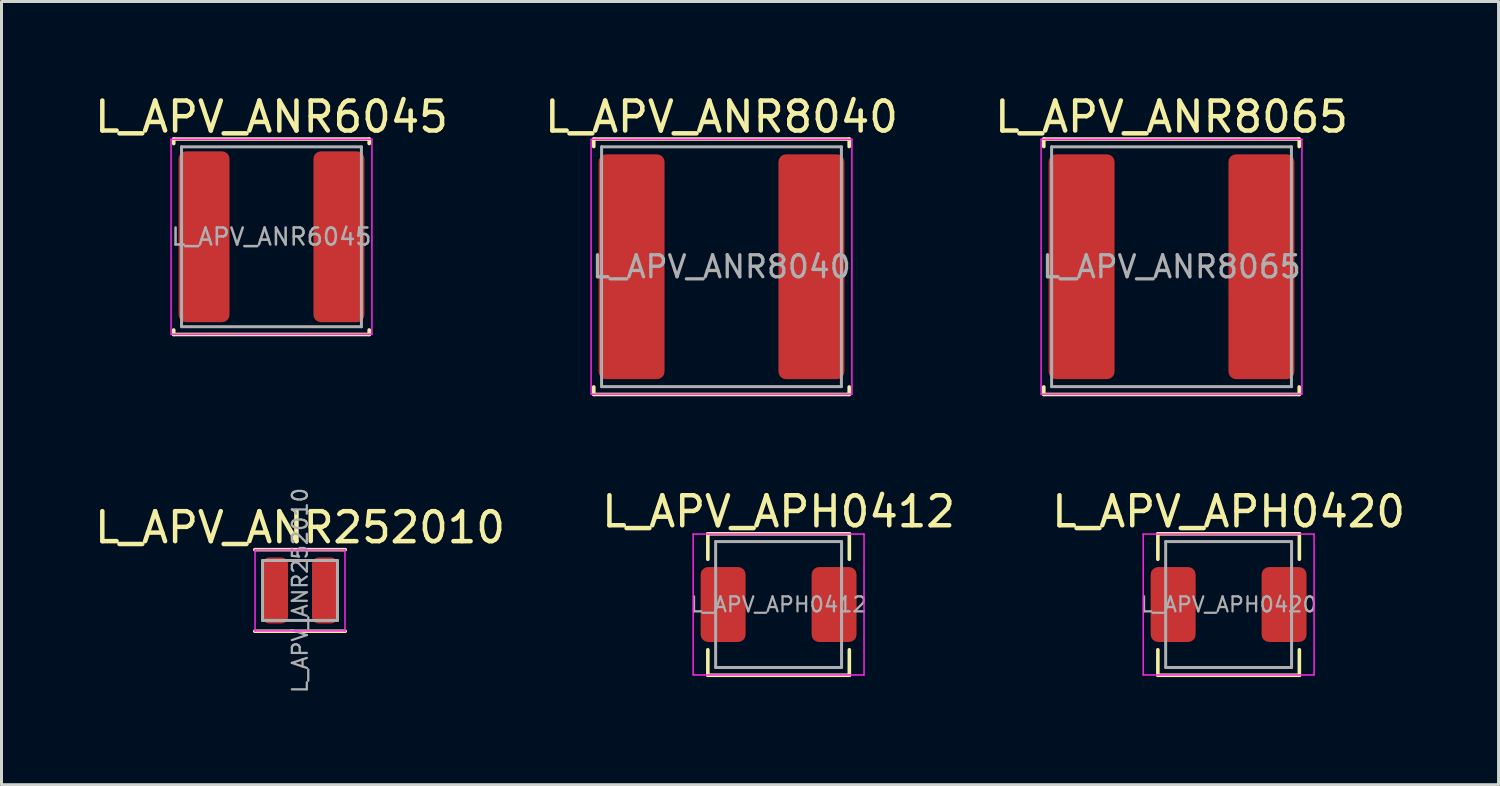
<source format=kicad_pcb>
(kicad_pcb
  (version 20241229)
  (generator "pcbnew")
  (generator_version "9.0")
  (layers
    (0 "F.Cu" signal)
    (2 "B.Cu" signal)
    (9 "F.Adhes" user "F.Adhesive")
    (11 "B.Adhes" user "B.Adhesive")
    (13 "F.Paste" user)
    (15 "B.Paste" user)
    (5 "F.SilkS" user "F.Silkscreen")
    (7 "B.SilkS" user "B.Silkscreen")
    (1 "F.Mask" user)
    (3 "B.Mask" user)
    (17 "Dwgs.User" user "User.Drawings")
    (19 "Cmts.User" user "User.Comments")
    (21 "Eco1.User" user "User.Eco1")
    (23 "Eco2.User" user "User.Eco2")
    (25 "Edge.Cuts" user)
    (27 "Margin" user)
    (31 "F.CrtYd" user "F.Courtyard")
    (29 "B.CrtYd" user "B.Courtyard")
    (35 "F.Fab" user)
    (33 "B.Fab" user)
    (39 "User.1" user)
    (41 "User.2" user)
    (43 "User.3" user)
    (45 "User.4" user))
  (footprint "L_APV_APH0420"
    (layer "F.Cu")
    (at 37.935 17.116)
    (property "Reference" "L_APV_APH0420" (at 0 -3.1 0) (layer "F.SilkS") (effects (font (size 1 1) (thickness 0.15))))
    (attr smd)
    (fp_line (start -2.36 -2.36) (end -2.36 -1.51) (stroke (width 0.12) (type solid)) (layer "F.SilkS"))
    (fp_line (start -2.36 -2.36) (end 2.36 -2.36) (stroke (width 0.12) (type solid)) (layer "F.SilkS"))
    (fp_line (start -2.36 2.36) (end -2.36 1.51) (stroke (width 0.12) (type solid)) (layer "F.SilkS"))
    (fp_line (start -2.36 2.36) (end 2.36 2.36) (stroke (width 0.12) (type solid)) (layer "F.SilkS"))
    (fp_line (start 2.36 -2.36) (end 2.36 -1.51) (stroke (width 0.12) (type solid)) (layer "F.SilkS"))
    (fp_line (start 2.36 2.36) (end 2.36 1.51) (stroke (width 0.12) (type solid)) (layer "F.SilkS"))
    (fp_line (start -2.85 -2.35) (end -2.85 2.35) (stroke (width 0.05) (type solid)) (layer "F.CrtYd"))
    (fp_line (start -2.85 2.35) (end 2.85 2.35) (stroke (width 0.05) (type solid)) (layer "F.CrtYd"))
    (fp_line (start 2.85 -2.35) (end -2.85 -2.35) (stroke (width 0.05) (type solid)) (layer "F.CrtYd"))
    (fp_line (start 2.85 2.35) (end 2.85 -2.35) (stroke (width 0.05) (type solid)) (layer "F.CrtYd"))
    (fp_line (start -2.1 -2.1) (end -2.1 2.1) (stroke (width 0.1) (type solid)) (layer "F.Fab"))
    (fp_line (start -2.1 2.1) (end 2.1 2.1) (stroke (width 0.1) (type solid)) (layer "F.Fab"))
    (fp_line (start 2.1 -2.1) (end -2.1 -2.1) (stroke (width 0.1) (type solid)) (layer "F.Fab"))
    (fp_line (start 2.1 2.1) (end 2.1 -2.1) (stroke (width 0.1) (type solid)) (layer "F.Fab"))
    (fp_text user "${REFERENCE}" (at 0 0 0) (layer "F.Fab") (effects (font (size 0.5 0.5) (thickness 0.075))))
    (pad "1" smd roundrect (at -1.85 0) (size 1.5 2.5) (layers "F.Cu" "F.Mask" "F.Paste") (roundrect_rratio 0.167))
    (pad "2" smd roundrect (at 1.85 0) (size 1.5 2.5) (layers "F.Cu" "F.Mask" "F.Paste") (roundrect_rratio 0.167)))
  (footprint "L_APV_ANR6045"
    (layer "F.Cu")
    (at 6.006 4.848)
    (property "Reference" "L_APV_ANR6045" (at 0 -4 0) (layer "F.SilkS") (effects (font (size 1 1) (thickness 0.15))))
    (attr smd)
    (fp_line (start -3.26 -3.26) (end -3.26 -3.11) (stroke (width 0.12) (type solid)) (layer "F.SilkS"))
    (fp_line (start -3.26 -3.26) (end 3.26 -3.26) (stroke (width 0.12) (type solid)) (layer "F.SilkS"))
    (fp_line (start -3.26 3.26) (end -3.26 3.11) (stroke (width 0.12) (type solid)) (layer "F.SilkS"))
    (fp_line (start -3.26 3.26) (end 3.26 3.26) (stroke (width 0.12) (type solid)) (layer "F.SilkS"))
    (fp_line (start 3.26 -3.26) (end 3.26 -3.11) (stroke (width 0.12) (type solid)) (layer "F.SilkS"))
    (fp_line (start 3.26 3.26) (end 3.26 3.11) (stroke (width 0.12) (type solid)) (layer "F.SilkS"))
    (fp_line (start -3.35 -3.25) (end -3.35 3.25) (stroke (width 0.05) (type solid)) (layer "F.CrtYd"))
    (fp_line (start -3.35 3.25) (end 3.35 3.25) (stroke (width 0.05) (type solid)) (layer "F.CrtYd"))
    (fp_line (start 3.35 -3.25) (end -3.35 -3.25) (stroke (width 0.05) (type solid)) (layer "F.CrtYd"))
    (fp_line (start 3.35 3.25) (end 3.35 -3.25) (stroke (width 0.05) (type solid)) (layer "F.CrtYd"))
    (fp_line (start -3 -3) (end -3 3) (stroke (width 0.1) (type solid)) (layer "F.Fab"))
    (fp_line (start -3 3) (end 3 3) (stroke (width 0.1) (type solid)) (layer "F.Fab"))
    (fp_line (start 3 -3) (end -3 -3) (stroke (width 0.1) (type solid)) (layer "F.Fab"))
    (fp_line (start 3 3) (end 3 -3) (stroke (width 0.1) (type solid)) (layer "F.Fab"))
    (fp_text user "${REFERENCE}" (at 0 0 0) (layer "F.Fab") (effects (font (size 0.567 0.567) (thickness 0.085))))
    (pad "1" smd roundrect (at -2.25 0) (size 1.7 5.7) (layers "F.Cu" "F.Mask" "F.Paste") (roundrect_rratio 0.147))
    (pad "2" smd roundrect (at 2.25 0) (size 1.7 5.7) (layers "F.Cu" "F.Mask" "F.Paste") (roundrect_rratio 0.147)))
  (footprint "L_APV_APH0412"
    (layer "F.Cu")
    (at 22.923 17.116)
    (property "Reference" "L_APV_APH0412" (at 0 -3.1 0) (layer "F.SilkS") (effects (font (size 1 1) (thickness 0.15))))
    (attr smd)
    (fp_line (start -2.36 -2.36) (end -2.36 -1.51) (stroke (width 0.12) (type solid)) (layer "F.SilkS"))
    (fp_line (start -2.36 -2.36) (end 2.36 -2.36) (stroke (width 0.12) (type solid)) (layer "F.SilkS"))
    (fp_line (start -2.36 2.36) (end -2.36 1.51) (stroke (width 0.12) (type solid)) (layer "F.SilkS"))
    (fp_line (start -2.36 2.36) (end 2.36 2.36) (stroke (width 0.12) (type solid)) (layer "F.SilkS"))
    (fp_line (start 2.36 -2.36) (end 2.36 -1.51) (stroke (width 0.12) (type solid)) (layer "F.SilkS"))
    (fp_line (start 2.36 2.36) (end 2.36 1.51) (stroke (width 0.12) (type solid)) (layer "F.SilkS"))
    (fp_line (start -2.85 -2.35) (end -2.85 2.35) (stroke (width 0.05) (type solid)) (layer "F.CrtYd"))
    (fp_line (start -2.85 2.35) (end 2.85 2.35) (stroke (width 0.05) (type solid)) (layer "F.CrtYd"))
    (fp_line (start 2.85 -2.35) (end -2.85 -2.35) (stroke (width 0.05) (type solid)) (layer "F.CrtYd"))
    (fp_line (start 2.85 2.35) (end 2.85 -2.35) (stroke (width 0.05) (type solid)) (layer "F.CrtYd"))
    (fp_line (start -2.1 -2.1) (end -2.1 2.1) (stroke (width 0.1) (type solid)) (layer "F.Fab"))
    (fp_line (start -2.1 2.1) (end 2.1 2.1) (stroke (width 0.1) (type solid)) (layer "F.Fab"))
    (fp_line (start 2.1 -2.1) (end -2.1 -2.1) (stroke (width 0.1) (type solid)) (layer "F.Fab"))
    (fp_line (start 2.1 2.1) (end 2.1 -2.1) (stroke (width 0.1) (type solid)) (layer "F.Fab"))
    (fp_text user "${REFERENCE}" (at 0 0 0) (layer "F.Fab") (effects (font (size 0.5 0.5) (thickness 0.075))))
    (pad "1" smd roundrect (at -1.85 0) (size 1.5 2.5) (layers "F.Cu" "F.Mask" "F.Paste") (roundrect_rratio 0.167))
    (pad "2" smd roundrect (at 1.85 0) (size 1.5 2.5) (layers "F.Cu" "F.Mask" "F.Paste") (roundrect_rratio 0.167)))
  (footprint "L_APV_ANR8065"
    (layer "F.Cu")
    (at 36.03 5.848)
    (property "Reference" "L_APV_ANR8065" (at 0 -5 0) (layer "F.SilkS") (effects (font (size 1 1) (thickness 0.15))))
    (attr smd)
    (fp_line (start -4.26 -4.26) (end -4.26 -4.01) (stroke (width 0.12) (type solid)) (layer "F.SilkS"))
    (fp_line (start -4.26 -4.26) (end 4.26 -4.26) (stroke (width 0.12) (type solid)) (layer "F.SilkS"))
    (fp_line (start -4.26 4.26) (end -4.26 4.01) (stroke (width 0.12) (type solid)) (layer "F.SilkS"))
    (fp_line (start -4.26 4.26) (end 4.26 4.26) (stroke (width 0.12) (type solid)) (layer "F.SilkS"))
    (fp_line (start 4.26 -4.26) (end 4.26 -4.01) (stroke (width 0.12) (type solid)) (layer "F.SilkS"))
    (fp_line (start 4.26 4.26) (end 4.26 4.01) (stroke (width 0.12) (type solid)) (layer "F.SilkS"))
    (fp_line (start -4.35 -4.25) (end -4.35 4.25) (stroke (width 0.05) (type solid)) (layer "F.CrtYd"))
    (fp_line (start -4.35 4.25) (end 4.35 4.25) (stroke (width 0.05) (type solid)) (layer "F.CrtYd"))
    (fp_line (start 4.35 -4.25) (end -4.35 -4.25) (stroke (width 0.05) (type solid)) (layer "F.CrtYd"))
    (fp_line (start 4.35 4.25) (end 4.35 -4.25) (stroke (width 0.05) (type solid)) (layer "F.CrtYd"))
    (fp_line (start -4 -4) (end -4 4) (stroke (width 0.1) (type solid)) (layer "F.Fab"))
    (fp_line (start -4 4) (end 4 4) (stroke (width 0.1) (type solid)) (layer "F.Fab"))
    (fp_line (start 4 -4) (end -4 -4) (stroke (width 0.1) (type solid)) (layer "F.Fab"))
    (fp_line (start 4 4) (end 4 -4) (stroke (width 0.1) (type solid)) (layer "F.Fab"))
    (fp_text user "${REFERENCE}" (at 0 0 0) (layer "F.Fab") (effects (font (size 0.733 0.733) (thickness 0.11))))
    (pad "1" smd roundrect (at -3 0) (size 2.2 7.5) (layers "F.Cu" "F.Mask" "F.Paste") (roundrect_rratio 0.114))
    (pad "2" smd roundrect (at 3 0) (size 2.2 7.5) (layers "F.Cu" "F.Mask" "F.Paste") (roundrect_rratio 0.114)))
  (footprint "L_APV_ANR8040"
    (layer "F.Cu")
    (at 21.018 5.848)
    (property "Reference" "L_APV_ANR8040" (at 0 -5 0) (layer "F.SilkS") (effects (font (size 1 1) (thickness 0.15))))
    (attr smd)
    (fp_line (start -4.26 -4.26) (end -4.26 -4.01) (stroke (width 0.12) (type solid)) (layer "F.SilkS"))
    (fp_line (start -4.26 -4.26) (end 4.26 -4.26) (stroke (width 0.12) (type solid)) (layer "F.SilkS"))
    (fp_line (start -4.26 4.26) (end -4.26 4.01) (stroke (width 0.12) (type solid)) (layer "F.SilkS"))
    (fp_line (start -4.26 4.26) (end 4.26 4.26) (stroke (width 0.12) (type solid)) (layer "F.SilkS"))
    (fp_line (start 4.26 -4.26) (end 4.26 -4.01) (stroke (width 0.12) (type solid)) (layer "F.SilkS"))
    (fp_line (start 4.26 4.26) (end 4.26 4.01) (stroke (width 0.12) (type solid)) (layer "F.SilkS"))
    (fp_line (start -4.35 -4.25) (end -4.35 4.25) (stroke (width 0.05) (type solid)) (layer "F.CrtYd"))
    (fp_line (start -4.35 4.25) (end 4.35 4.25) (stroke (width 0.05) (type solid)) (layer "F.CrtYd"))
    (fp_line (start 4.35 -4.25) (end -4.35 -4.25) (stroke (width 0.05) (type solid)) (layer "F.CrtYd"))
    (fp_line (start 4.35 4.25) (end 4.35 -4.25) (stroke (width 0.05) (type solid)) (layer "F.CrtYd"))
    (fp_line (start -4 -4) (end -4 4) (stroke (width 0.1) (type solid)) (layer "F.Fab"))
    (fp_line (start -4 4) (end 4 4) (stroke (width 0.1) (type solid)) (layer "F.Fab"))
    (fp_line (start 4 -4) (end -4 -4) (stroke (width 0.1) (type solid)) (layer "F.Fab"))
    (fp_line (start 4 4) (end 4 -4) (stroke (width 0.1) (type solid)) (layer "F.Fab"))
    (fp_text user "${REFERENCE}" (at 0 0 0) (layer "F.Fab") (effects (font (size 0.733 0.733) (thickness 0.11))))
    (pad "1" smd roundrect (at -3 0) (size 2.2 7.5) (layers "F.Cu" "F.Mask" "F.Paste") (roundrect_rratio 0.114))
    (pad "2" smd roundrect (at 3 0) (size 2.2 7.5) (layers "F.Cu" "F.Mask" "F.Paste") (roundrect_rratio 0.114)))
  (footprint "L_APV_ANR252010"
    (layer "F.Cu")
    (at 6.958 16.647)
    (property "Reference" "L_APV_ANR252010" (at 0 -2.1 0) (layer "F.SilkS") (effects (font (size 1 1) (thickness 0.15))))
    (attr smd)
    (fp_line (start -1.51 -1.36) (end 1.51 -1.36) (stroke (width 0.12) (type solid)) (layer "F.SilkS"))
    (fp_line (start -1.51 1.36) (end 1.51 1.36) (stroke (width 0.12) (type solid)) (layer "F.SilkS"))
    (fp_line (start -1.5 -1.35) (end -1.5 1.35) (stroke (width 0.05) (type solid)) (layer "F.CrtYd"))
    (fp_line (start -1.5 1.35) (end 1.5 1.35) (stroke (width 0.05) (type solid)) (layer "F.CrtYd"))
    (fp_line (start 1.5 -1.35) (end -1.5 -1.35) (stroke (width 0.05) (type solid)) (layer "F.CrtYd"))
    (fp_line (start 1.5 1.35) (end 1.5 -1.35) (stroke (width 0.05) (type solid)) (layer "F.CrtYd"))
    (fp_line (start -1.25 -1) (end -1.25 1) (stroke (width 0.1) (type solid)) (layer "F.Fab"))
    (fp_line (start -1.25 1) (end 1.25 1) (stroke (width 0.1) (type solid)) (layer "F.Fab"))
    (fp_line (start 1.25 -1) (end -1.25 -1) (stroke (width 0.1) (type solid)) (layer "F.Fab"))
    (fp_line (start 1.25 1) (end 1.25 -1) (stroke (width 0.1) (type solid)) (layer "F.Fab"))
    (fp_text user "${REFERENCE}" (at 0 0 90) (layer "F.Fab") (effects (font (size 0.5 0.5) (thickness 0.075))))
    (pad "1" smd roundrect (at -0.825 0) (size 0.85 2.2) (layers "F.Cu" "F.Mask" "F.Paste") (roundrect_rratio 0.25))
    (pad "2" smd roundrect (at 0.825 0) (size 0.85 2.2) (layers "F.Cu" "F.Mask" "F.Paste") (roundrect_rratio 0.25)))
  (gr_rect
    (start -3 -3)
    (end 46.94 23.127)
    (stroke (width 0.1) (type default))
    (fill no)
    (layer "Edge.Cuts")))
</source>
